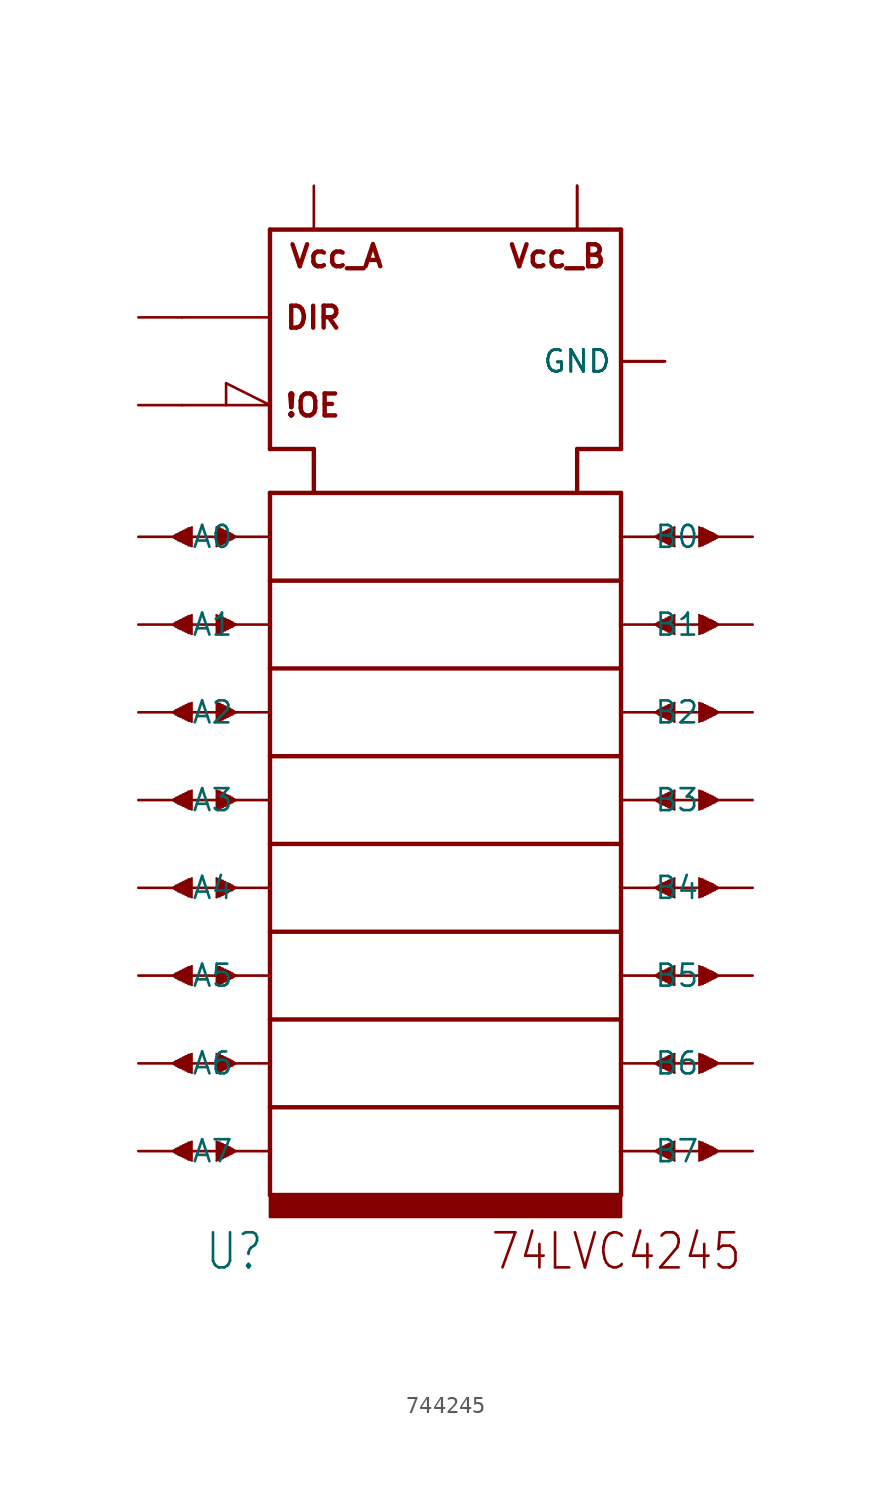
<source format=kicad_sym>
(kicad_symbol_lib
  (version 20211014)
  (generator kicad_symbol_editor)
  (symbol "744245"
    (property "Reference" "U"
      (at -13.97 -37.465 0)
      (effects (font (size 2.032 1.727)) (justify left bottom)))
    (property "ki_locked" ""
      (at 0 0 0)
      (effects (font (size 1.27 1.27))))
    (symbol "744245_1_0"
      (rectangle (start -15.697 -30.531) (end -15.596 -30.429) (stroke (width 0) (type default) (color 0 0 0 0)) (fill (type outline)))
      (rectangle (start -15.697 -25.451) (end -15.596 -25.349) (stroke (width 0) (type default) (color 0 0 0 0)) (fill (type outline)))
      (rectangle (start -15.697 -20.371) (end -15.596 -20.269) (stroke (width 0) (type default) (color 0 0 0 0)) (fill (type outline)))
      (rectangle (start -15.697 -15.291) (end -15.596 -15.189) (stroke (width 0) (type default) (color 0 0 0 0)) (fill (type outline)))
      (rectangle (start -15.697 -10.211) (end -15.596 -10.109) (stroke (width 0) (type default) (color 0 0 0 0)) (fill (type outline)))
      (rectangle (start -15.697 -5.131) (end -15.596 -5.029) (stroke (width 0) (type default) (color 0 0 0 0)) (fill (type outline)))
      (rectangle (start -15.697 -0.051) (end -15.596 0.051) (stroke (width 0) (type default) (color 0 0 0 0)) (fill (type outline)))
      (rectangle (start -15.697 5.029) (end -15.596 5.131) (stroke (width 0) (type default) (color 0 0 0 0)) (fill (type outline)))
      (rectangle (start -15.596 -30.607) (end -15.469 -30.353) (stroke (width 0) (type default) (color 0 0 0 0)) (fill (type outline)))
      (rectangle (start -15.596 -25.527) (end -15.469 -25.273) (stroke (width 0) (type default) (color 0 0 0 0)) (fill (type outline)))
      (rectangle (start -15.596 -20.447) (end -15.469 -20.193) (stroke (width 0) (type default) (color 0 0 0 0)) (fill (type outline)))
      (rectangle (start -15.596 -15.367) (end -15.469 -15.113) (stroke (width 0) (type default) (color 0 0 0 0)) (fill (type outline)))
      (rectangle (start -15.596 -10.287) (end -15.469 -10.033) (stroke (width 0) (type default) (color 0 0 0 0)) (fill (type outline)))
      (rectangle (start -15.596 -5.207) (end -15.469 -4.953) (stroke (width 0) (type default) (color 0 0 0 0)) (fill (type outline)))
      (rectangle (start -15.596 -0.127) (end -15.469 0.127) (stroke (width 0) (type default) (color 0 0 0 0)) (fill (type outline)))
      (rectangle (start -15.596 4.953) (end -15.469 5.207) (stroke (width 0) (type default) (color 0 0 0 0)) (fill (type outline)))
      (rectangle (start -15.469 -30.683) (end -15.342 -30.302) (stroke (width 0) (type default) (color 0 0 0 0)) (fill (type outline)))
      (rectangle (start -15.469 -25.603) (end -15.342 -25.222) (stroke (width 0) (type default) (color 0 0 0 0)) (fill (type outline)))
      (rectangle (start -15.469 -20.523) (end -15.342 -20.142) (stroke (width 0) (type default) (color 0 0 0 0)) (fill (type outline)))
      (rectangle (start -15.469 -15.443) (end -15.342 -15.062) (stroke (width 0) (type default) (color 0 0 0 0)) (fill (type outline)))
      (rectangle (start -15.469 -10.363) (end -15.342 -9.982) (stroke (width 0) (type default) (color 0 0 0 0)) (fill (type outline)))
      (rectangle (start -15.469 -5.283) (end -15.342 -4.902) (stroke (width 0) (type default) (color 0 0 0 0)) (fill (type outline)))
      (rectangle (start -15.469 -0.203) (end -15.342 0.178) (stroke (width 0) (type default) (color 0 0 0 0)) (fill (type outline)))
      (rectangle (start -15.469 4.877) (end -15.342 5.258) (stroke (width 0) (type default) (color 0 0 0 0)) (fill (type outline)))
      (rectangle (start -15.342 -30.734) (end -15.189 -30.226) (stroke (width 0) (type default) (color 0 0 0 0)) (fill (type outline)))
      (rectangle (start -15.342 -25.654) (end -15.189 -25.146) (stroke (width 0) (type default) (color 0 0 0 0)) (fill (type outline)))
      (rectangle (start -15.342 -20.574) (end -15.189 -20.066) (stroke (width 0) (type default) (color 0 0 0 0)) (fill (type outline)))
      (rectangle (start -15.342 -15.494) (end -15.189 -14.986) (stroke (width 0) (type default) (color 0 0 0 0)) (fill (type outline)))
      (rectangle (start -15.342 -10.414) (end -15.189 -9.906) (stroke (width 0) (type default) (color 0 0 0 0)) (fill (type outline)))
      (rectangle (start -15.342 -5.334) (end -15.189 -4.826) (stroke (width 0) (type default) (color 0 0 0 0)) (fill (type outline)))
      (rectangle (start -15.342 -0.254) (end -15.189 0.254) (stroke (width 0) (type default) (color 0 0 0 0)) (fill (type outline)))
      (rectangle (start -15.342 4.826) (end -15.189 5.334) (stroke (width 0) (type default) (color 0 0 0 0)) (fill (type outline)))
      (rectangle (start -15.189 -30.81) (end -15.037 -30.15) (stroke (width 0) (type default) (color 0 0 0 0)) (fill (type outline)))
      (rectangle (start -15.189 -25.73) (end -15.037 -25.07) (stroke (width 0) (type default) (color 0 0 0 0)) (fill (type outline)))
      (rectangle (start -15.189 -20.65) (end -15.037 -19.99) (stroke (width 0) (type default) (color 0 0 0 0)) (fill (type outline)))
      (rectangle (start -15.189 -15.57) (end -15.037 -14.91) (stroke (width 0) (type default) (color 0 0 0 0)) (fill (type outline)))
      (rectangle (start -15.189 -10.49) (end -15.037 -9.83) (stroke (width 0) (type default) (color 0 0 0 0)) (fill (type outline)))
      (rectangle (start -15.189 -5.41) (end -15.037 -4.75) (stroke (width 0) (type default) (color 0 0 0 0)) (fill (type outline)))
      (rectangle (start -15.189 -0.33) (end -15.037 0.33) (stroke (width 0) (type default) (color 0 0 0 0)) (fill (type outline)))
      (rectangle (start -15.189 4.75) (end -15.037 5.41) (stroke (width 0) (type default) (color 0 0 0 0)) (fill (type outline)))
      (rectangle (start -15.037 -30.886) (end -14.884 -30.074) (stroke (width 0) (type default) (color 0 0 0 0)) (fill (type outline)))
      (rectangle (start -15.037 -25.806) (end -14.884 -24.994) (stroke (width 0) (type default) (color 0 0 0 0)) (fill (type outline)))
      (rectangle (start -15.037 -20.726) (end -14.884 -19.914) (stroke (width 0) (type default) (color 0 0 0 0)) (fill (type outline)))
      (rectangle (start -15.037 -15.646) (end -14.884 -14.834) (stroke (width 0) (type default) (color 0 0 0 0)) (fill (type outline)))
      (rectangle (start -15.037 -10.566) (end -14.884 -9.754) (stroke (width 0) (type default) (color 0 0 0 0)) (fill (type outline)))
      (rectangle (start -15.037 -5.486) (end -14.884 -4.674) (stroke (width 0) (type default) (color 0 0 0 0)) (fill (type outline)))
      (rectangle (start -15.037 -0.406) (end -14.884 0.406) (stroke (width 0) (type default) (color 0 0 0 0)) (fill (type outline)))
      (rectangle (start -15.037 4.674) (end -14.884 5.486) (stroke (width 0) (type default) (color 0 0 0 0)) (fill (type outline)))
      (rectangle (start -14.884 -30.963) (end -14.732 -29.997) (stroke (width 0) (type default) (color 0 0 0 0)) (fill (type outline)))
      (rectangle (start -14.884 -25.883) (end -14.732 -24.917) (stroke (width 0) (type default) (color 0 0 0 0)) (fill (type outline)))
      (rectangle (start -14.884 -20.803) (end -14.732 -19.837) (stroke (width 0) (type default) (color 0 0 0 0)) (fill (type outline)))
      (rectangle (start -14.884 -15.723) (end -14.732 -14.757) (stroke (width 0) (type default) (color 0 0 0 0)) (fill (type outline)))
      (rectangle (start -14.884 -10.643) (end -14.732 -9.677) (stroke (width 0) (type default) (color 0 0 0 0)) (fill (type outline)))
      (rectangle (start -14.884 -5.563) (end -14.732 -4.597) (stroke (width 0) (type default) (color 0 0 0 0)) (fill (type outline)))
      (rectangle (start -14.884 -0.483) (end -14.732 0.483) (stroke (width 0) (type default) (color 0 0 0 0)) (fill (type outline)))
      (rectangle (start -14.884 4.597) (end -14.732 5.563) (stroke (width 0) (type default) (color 0 0 0 0)) (fill (type outline)))
      (rectangle (start -13.208 -30.963) (end -13.056 -29.997) (stroke (width 0) (type default) (color 0 0 0 0)) (fill (type outline)))
      (rectangle (start -13.208 -25.883) (end -13.056 -24.917) (stroke (width 0) (type default) (color 0 0 0 0)) (fill (type outline)))
      (rectangle (start -13.208 -20.803) (end -13.056 -19.837) (stroke (width 0) (type default) (color 0 0 0 0)) (fill (type outline)))
      (rectangle (start -13.208 -15.723) (end -13.056 -14.757) (stroke (width 0) (type default) (color 0 0 0 0)) (fill (type outline)))
      (rectangle (start -13.208 -10.643) (end -13.056 -9.677) (stroke (width 0) (type default) (color 0 0 0 0)) (fill (type outline)))
      (rectangle (start -13.208 -5.563) (end -13.056 -4.597) (stroke (width 0) (type default) (color 0 0 0 0)) (fill (type outline)))
      (rectangle (start -13.208 -0.483) (end -13.056 0.483) (stroke (width 0) (type default) (color 0 0 0 0)) (fill (type outline)))
      (rectangle (start -13.208 4.597) (end -13.056 5.563) (stroke (width 0) (type default) (color 0 0 0 0)) (fill (type outline)))
      (rectangle (start -13.056 -30.886) (end -12.903 -30.074) (stroke (width 0) (type default) (color 0 0 0 0)) (fill (type outline)))
      (rectangle (start -13.056 -25.806) (end -12.903 -24.994) (stroke (width 0) (type default) (color 0 0 0 0)) (fill (type outline)))
      (rectangle (start -13.056 -20.726) (end -12.903 -19.914) (stroke (width 0) (type default) (color 0 0 0 0)) (fill (type outline)))
      (rectangle (start -13.056 -15.646) (end -12.903 -14.834) (stroke (width 0) (type default) (color 0 0 0 0)) (fill (type outline)))
      (rectangle (start -13.056 -10.566) (end -12.903 -9.754) (stroke (width 0) (type default) (color 0 0 0 0)) (fill (type outline)))
      (rectangle (start -13.056 -5.486) (end -12.903 -4.674) (stroke (width 0) (type default) (color 0 0 0 0)) (fill (type outline)))
      (rectangle (start -13.056 -0.406) (end -12.903 0.406) (stroke (width 0) (type default) (color 0 0 0 0)) (fill (type outline)))
      (rectangle (start -13.056 4.674) (end -12.903 5.486) (stroke (width 0) (type default) (color 0 0 0 0)) (fill (type outline)))
      (rectangle (start -12.903 -30.81) (end -12.751 -30.15) (stroke (width 0) (type default) (color 0 0 0 0)) (fill (type outline)))
      (rectangle (start -12.903 -25.73) (end -12.751 -25.07) (stroke (width 0) (type default) (color 0 0 0 0)) (fill (type outline)))
      (rectangle (start -12.903 -20.65) (end -12.751 -19.99) (stroke (width 0) (type default) (color 0 0 0 0)) (fill (type outline)))
      (rectangle (start -12.903 -15.57) (end -12.751 -14.91) (stroke (width 0) (type default) (color 0 0 0 0)) (fill (type outline)))
      (rectangle (start -12.903 -10.49) (end -12.751 -9.83) (stroke (width 0) (type default) (color 0 0 0 0)) (fill (type outline)))
      (rectangle (start -12.903 -5.41) (end -12.751 -4.75) (stroke (width 0) (type default) (color 0 0 0 0)) (fill (type outline)))
      (rectangle (start -12.903 -0.33) (end -12.751 0.33) (stroke (width 0) (type default) (color 0 0 0 0)) (fill (type outline)))
      (rectangle (start -12.903 4.75) (end -12.751 5.41) (stroke (width 0) (type default) (color 0 0 0 0)) (fill (type outline)))
      (rectangle (start -12.751 -30.734) (end -12.598 -30.226) (stroke (width 0) (type default) (color 0 0 0 0)) (fill (type outline)))
      (rectangle (start -12.751 -25.654) (end -12.598 -25.146) (stroke (width 0) (type default) (color 0 0 0 0)) (fill (type outline)))
      (rectangle (start -12.751 -20.574) (end -12.598 -20.066) (stroke (width 0) (type default) (color 0 0 0 0)) (fill (type outline)))
      (rectangle (start -12.751 -15.494) (end -12.598 -14.986) (stroke (width 0) (type default) (color 0 0 0 0)) (fill (type outline)))
      (rectangle (start -12.751 -10.414) (end -12.598 -9.906) (stroke (width 0) (type default) (color 0 0 0 0)) (fill (type outline)))
      (rectangle (start -12.751 -5.334) (end -12.598 -4.826) (stroke (width 0) (type default) (color 0 0 0 0)) (fill (type outline)))
      (rectangle (start -12.751 -0.254) (end -12.598 0.254) (stroke (width 0) (type default) (color 0 0 0 0)) (fill (type outline)))
      (rectangle (start -12.751 4.826) (end -12.598 5.334) (stroke (width 0) (type default) (color 0 0 0 0)) (fill (type outline)))
      (rectangle (start -12.598 -30.658) (end -12.471 -30.277) (stroke (width 0) (type default) (color 0 0 0 0)) (fill (type outline)))
      (rectangle (start -12.598 -25.578) (end -12.471 -25.197) (stroke (width 0) (type default) (color 0 0 0 0)) (fill (type outline)))
      (rectangle (start -12.598 -20.498) (end -12.471 -20.117) (stroke (width 0) (type default) (color 0 0 0 0)) (fill (type outline)))
      (rectangle (start -12.598 -15.418) (end -12.471 -15.037) (stroke (width 0) (type default) (color 0 0 0 0)) (fill (type outline)))
      (rectangle (start -12.598 -10.338) (end -12.471 -9.957) (stroke (width 0) (type default) (color 0 0 0 0)) (fill (type outline)))
      (rectangle (start -12.598 -5.258) (end -12.471 -4.877) (stroke (width 0) (type default) (color 0 0 0 0)) (fill (type outline)))
      (rectangle (start -12.598 -0.178) (end -12.471 0.203) (stroke (width 0) (type default) (color 0 0 0 0)) (fill (type outline)))
      (rectangle (start -12.598 4.902) (end -12.471 5.283) (stroke (width 0) (type default) (color 0 0 0 0)) (fill (type outline)))
      (rectangle (start -12.471 -30.607) (end -12.344 -30.353) (stroke (width 0) (type default) (color 0 0 0 0)) (fill (type outline)))
      (rectangle (start -12.471 -25.527) (end -12.344 -25.273) (stroke (width 0) (type default) (color 0 0 0 0)) (fill (type outline)))
      (rectangle (start -12.471 -20.447) (end -12.344 -20.193) (stroke (width 0) (type default) (color 0 0 0 0)) (fill (type outline)))
      (rectangle (start -12.471 -15.367) (end -12.344 -15.113) (stroke (width 0) (type default) (color 0 0 0 0)) (fill (type outline)))
      (rectangle (start -12.471 -10.287) (end -12.344 -10.033) (stroke (width 0) (type default) (color 0 0 0 0)) (fill (type outline)))
      (rectangle (start -12.471 -5.207) (end -12.344 -4.953) (stroke (width 0) (type default) (color 0 0 0 0)) (fill (type outline)))
      (rectangle (start -12.471 -0.127) (end -12.344 0.127) (stroke (width 0) (type default) (color 0 0 0 0)) (fill (type outline)))
      (rectangle (start -12.471 4.953) (end -12.344 5.207) (stroke (width 0) (type default) (color 0 0 0 0)) (fill (type outline)))
      (rectangle (start -12.344 -30.531) (end -12.243 -30.429) (stroke (width 0) (type default) (color 0 0 0 0)) (fill (type outline)))
      (rectangle (start -12.344 -25.451) (end -12.243 -25.349) (stroke (width 0) (type default) (color 0 0 0 0)) (fill (type outline)))
      (rectangle (start -12.344 -20.371) (end -12.243 -20.269) (stroke (width 0) (type default) (color 0 0 0 0)) (fill (type outline)))
      (rectangle (start -12.344 -15.291) (end -12.243 -15.189) (stroke (width 0) (type default) (color 0 0 0 0)) (fill (type outline)))
      (rectangle (start -12.344 -10.211) (end -12.243 -10.109) (stroke (width 0) (type default) (color 0 0 0 0)) (fill (type outline)))
      (rectangle (start -12.344 -5.131) (end -12.243 -5.029) (stroke (width 0) (type default) (color 0 0 0 0)) (fill (type outline)))
      (rectangle (start -12.344 -0.051) (end -12.243 0.051) (stroke (width 0) (type default) (color 0 0 0 0)) (fill (type outline)))
      (rectangle (start -12.344 5.029) (end -12.243 5.131) (stroke (width 0) (type default) (color 0 0 0 0)) (fill (type outline)))
      (rectangle (start -10.16 -34.29) (end 10.16 -33.02) (stroke (width 0) (type default) (color 0 0 0 0)) (fill (type outline)))
      (polyline (pts (xy -15.799 -30.48) (xy -14.681 -29.921)) (stroke (width 0.102) (type default) (color 0 0 0 0)) (fill (type none)))
      (polyline (pts (xy -15.799 -25.4) (xy -14.681 -24.841)) (stroke (width 0.102) (type default) (color 0 0 0 0)) (fill (type none)))
      (polyline (pts (xy -15.799 -20.32) (xy -14.681 -19.761)) (stroke (width 0.102) (type default) (color 0 0 0 0)) (fill (type none)))
      (polyline (pts (xy -15.799 -15.24) (xy -14.681 -14.681)) (stroke (width 0.102) (type default) (color 0 0 0 0)) (fill (type none)))
      (polyline (pts (xy -15.799 -10.16) (xy -14.681 -9.601)) (stroke (width 0.102) (type default) (color 0 0 0 0)) (fill (type none)))
      (polyline (pts (xy -15.799 -5.08) (xy -14.681 -4.521)) (stroke (width 0.102) (type default) (color 0 0 0 0)) (fill (type none)))
      (polyline (pts (xy -15.799 0) (xy -14.681 0.559)) (stroke (width 0.102) (type default) (color 0 0 0 0)) (fill (type none)))
      (polyline (pts (xy -15.799 5.08) (xy -14.681 5.639)) (stroke (width 0.102) (type default) (color 0 0 0 0)) (fill (type none)))
      (polyline (pts (xy -15.24 -30.48) (xy -12.141 -30.48)) (stroke (width 0.152) (type default) (color 0 0 0 0)) (fill (type none)))
      (polyline (pts (xy -15.24 -25.4) (xy -12.141 -25.4)) (stroke (width 0.152) (type default) (color 0 0 0 0)) (fill (type none)))
      (polyline (pts (xy -15.24 -20.32) (xy -12.141 -20.32)) (stroke (width 0.152) (type default) (color 0 0 0 0)) (fill (type none)))
      (polyline (pts (xy -15.24 -15.24) (xy -12.141 -15.24)) (stroke (width 0.152) (type default) (color 0 0 0 0)) (fill (type none)))
      (polyline (pts (xy -15.24 -10.16) (xy -12.141 -10.16)) (stroke (width 0.152) (type default) (color 0 0 0 0)) (fill (type none)))
      (polyline (pts (xy -15.24 -5.08) (xy -12.141 -5.08)) (stroke (width 0.152) (type default) (color 0 0 0 0)) (fill (type none)))
      (polyline (pts (xy -15.24 0) (xy -12.141 0)) (stroke (width 0.152) (type default) (color 0 0 0 0)) (fill (type none)))
      (polyline (pts (xy -15.24 5.08) (xy -12.141 5.08)) (stroke (width 0.152) (type default) (color 0 0 0 0)) (fill (type none)))
      (polyline (pts (xy -15.24 12.7) (xy -10.16 12.7)) (stroke (width 0.152) (type default) (color 0 0 0 0)) (fill (type none)))
      (polyline (pts (xy -15.24 17.78) (xy -10.16 17.78)) (stroke (width 0.152) (type default) (color 0 0 0 0)) (fill (type none)))
      (polyline (pts (xy -14.681 -31.039) (xy -15.799 -30.48)) (stroke (width 0.102) (type default) (color 0 0 0 0)) (fill (type none)))
      (polyline (pts (xy -14.681 -29.921) (xy -14.681 -31.039)) (stroke (width 0.102) (type default) (color 0 0 0 0)) (fill (type none)))
      (polyline (pts (xy -14.681 -25.959) (xy -15.799 -25.4)) (stroke (width 0.102) (type default) (color 0 0 0 0)) (fill (type none)))
      (polyline (pts (xy -14.681 -24.841) (xy -14.681 -25.959)) (stroke (width 0.102) (type default) (color 0 0 0 0)) (fill (type none)))
      (polyline (pts (xy -14.681 -20.879) (xy -15.799 -20.32)) (stroke (width 0.102) (type default) (color 0 0 0 0)) (fill (type none)))
      (polyline (pts (xy -14.681 -19.761) (xy -14.681 -20.879)) (stroke (width 0.102) (type default) (color 0 0 0 0)) (fill (type none)))
      (polyline (pts (xy -14.681 -15.799) (xy -15.799 -15.24)) (stroke (width 0.102) (type default) (color 0 0 0 0)) (fill (type none)))
      (polyline (pts (xy -14.681 -14.681) (xy -14.681 -15.799)) (stroke (width 0.102) (type default) (color 0 0 0 0)) (fill (type none)))
      (polyline (pts (xy -14.681 -10.719) (xy -15.799 -10.16)) (stroke (width 0.102) (type default) (color 0 0 0 0)) (fill (type none)))
      (polyline (pts (xy -14.681 -9.601) (xy -14.681 -10.719)) (stroke (width 0.102) (type default) (color 0 0 0 0)) (fill (type none)))
      (polyline (pts (xy -14.681 -5.639) (xy -15.799 -5.08)) (stroke (width 0.102) (type default) (color 0 0 0 0)) (fill (type none)))
      (polyline (pts (xy -14.681 -4.521) (xy -14.681 -5.639)) (stroke (width 0.102) (type default) (color 0 0 0 0)) (fill (type none)))
      (polyline (pts (xy -14.681 -0.559) (xy -15.799 0)) (stroke (width 0.102) (type default) (color 0 0 0 0)) (fill (type none)))
      (polyline (pts (xy -14.681 0.559) (xy -14.681 -0.559)) (stroke (width 0.102) (type default) (color 0 0 0 0)) (fill (type none)))
      (polyline (pts (xy -14.681 4.521) (xy -15.799 5.08)) (stroke (width 0.102) (type default) (color 0 0 0 0)) (fill (type none)))
      (polyline (pts (xy -14.681 5.639) (xy -14.681 4.521)) (stroke (width 0.102) (type default) (color 0 0 0 0)) (fill (type none)))
      (polyline (pts (xy -13.259 -31.039) (xy -13.259 -29.921)) (stroke (width 0.102) (type default) (color 0 0 0 0)) (fill (type none)))
      (polyline (pts (xy -13.259 -29.921) (xy -12.141 -30.48)) (stroke (width 0.102) (type default) (color 0 0 0 0)) (fill (type none)))
      (polyline (pts (xy -13.259 -25.959) (xy -13.259 -24.841)) (stroke (width 0.102) (type default) (color 0 0 0 0)) (fill (type none)))
      (polyline (pts (xy -13.259 -24.841) (xy -12.141 -25.4)) (stroke (width 0.102) (type default) (color 0 0 0 0)) (fill (type none)))
      (polyline (pts (xy -13.259 -20.879) (xy -13.259 -19.761)) (stroke (width 0.102) (type default) (color 0 0 0 0)) (fill (type none)))
      (polyline (pts (xy -13.259 -19.761) (xy -12.141 -20.32)) (stroke (width 0.102) (type default) (color 0 0 0 0)) (fill (type none)))
      (polyline (pts (xy -13.259 -15.799) (xy -13.259 -14.681)) (stroke (width 0.102) (type default) (color 0 0 0 0)) (fill (type none)))
      (polyline (pts (xy -13.259 -14.681) (xy -12.141 -15.24)) (stroke (width 0.102) (type default) (color 0 0 0 0)) (fill (type none)))
      (polyline (pts (xy -13.259 -10.719) (xy -13.259 -9.601)) (stroke (width 0.102) (type default) (color 0 0 0 0)) (fill (type none)))
      (polyline (pts (xy -13.259 -9.601) (xy -12.141 -10.16)) (stroke (width 0.102) (type default) (color 0 0 0 0)) (fill (type none)))
      (polyline (pts (xy -13.259 -5.639) (xy -13.259 -4.521)) (stroke (width 0.102) (type default) (color 0 0 0 0)) (fill (type none)))
      (polyline (pts (xy -13.259 -4.521) (xy -12.141 -5.08)) (stroke (width 0.102) (type default) (color 0 0 0 0)) (fill (type none)))
      (polyline (pts (xy -13.259 -0.559) (xy -13.259 0.559)) (stroke (width 0.102) (type default) (color 0 0 0 0)) (fill (type none)))
      (polyline (pts (xy -13.259 0.559) (xy -12.141 0)) (stroke (width 0.102) (type default) (color 0 0 0 0)) (fill (type none)))
      (polyline (pts (xy -13.259 4.521) (xy -13.259 5.639)) (stroke (width 0.102) (type default) (color 0 0 0 0)) (fill (type none)))
      (polyline (pts (xy -13.259 5.639) (xy -12.141 5.08)) (stroke (width 0.102) (type default) (color 0 0 0 0)) (fill (type none)))
      (polyline (pts (xy -12.7 13.97) (xy -12.7 12.7)) (stroke (width 0.152) (type default) (color 0 0 0 0)) (fill (type none)))
      (polyline (pts (xy -12.141 -30.48) (xy -13.259 -31.039)) (stroke (width 0.102) (type default) (color 0 0 0 0)) (fill (type none)))
      (polyline (pts (xy -12.141 -30.48) (xy -10.16 -30.48)) (stroke (width 0.152) (type default) (color 0 0 0 0)) (fill (type none)))
      (polyline (pts (xy -12.141 -25.4) (xy -13.259 -25.959)) (stroke (width 0.102) (type default) (color 0 0 0 0)) (fill (type none)))
      (polyline (pts (xy -12.141 -25.4) (xy -10.16 -25.4)) (stroke (width 0.152) (type default) (color 0 0 0 0)) (fill (type none)))
      (polyline (pts (xy -12.141 -20.32) (xy -13.259 -20.879)) (stroke (width 0.102) (type default) (color 0 0 0 0)) (fill (type none)))
      (polyline (pts (xy -12.141 -20.32) (xy -10.16 -20.32)) (stroke (width 0.152) (type default) (color 0 0 0 0)) (fill (type none)))
      (polyline (pts (xy -12.141 -15.24) (xy -13.259 -15.799)) (stroke (width 0.102) (type default) (color 0 0 0 0)) (fill (type none)))
      (polyline (pts (xy -12.141 -15.24) (xy -10.16 -15.24)) (stroke (width 0.152) (type default) (color 0 0 0 0)) (fill (type none)))
      (polyline (pts (xy -12.141 -10.16) (xy -13.259 -10.719)) (stroke (width 0.102) (type default) (color 0 0 0 0)) (fill (type none)))
      (polyline (pts (xy -12.141 -10.16) (xy -10.16 -10.16)) (stroke (width 0.152) (type default) (color 0 0 0 0)) (fill (type none)))
      (polyline (pts (xy -12.141 -5.08) (xy -13.259 -5.639)) (stroke (width 0.102) (type default) (color 0 0 0 0)) (fill (type none)))
      (polyline (pts (xy -12.141 -5.08) (xy -10.16 -5.08)) (stroke (width 0.152) (type default) (color 0 0 0 0)) (fill (type none)))
      (polyline (pts (xy -12.141 0) (xy -13.259 -0.559)) (stroke (width 0.102) (type default) (color 0 0 0 0)) (fill (type none)))
      (polyline (pts (xy -12.141 0) (xy -10.16 0)) (stroke (width 0.152) (type default) (color 0 0 0 0)) (fill (type none)))
      (polyline (pts (xy -12.141 5.08) (xy -13.259 4.521)) (stroke (width 0.102) (type default) (color 0 0 0 0)) (fill (type none)))
      (polyline (pts (xy -12.141 5.08) (xy -10.16 5.08)) (stroke (width 0.152) (type default) (color 0 0 0 0)) (fill (type none)))
      (polyline (pts (xy -10.16 -33.02) (xy 10.16 -33.02)) (stroke (width 0.254) (type default) (color 0 0 0 0)) (fill (type none)))
      (polyline (pts (xy -10.16 -30.48) (xy -10.16 -33.02)) (stroke (width 0.254) (type default) (color 0 0 0 0)) (fill (type none)))
      (polyline (pts (xy -10.16 -27.94) (xy -10.16 -30.48)) (stroke (width 0.254) (type default) (color 0 0 0 0)) (fill (type none)))
      (polyline (pts (xy -10.16 -27.94) (xy 10.16 -27.94)) (stroke (width 0.254) (type default) (color 0 0 0 0)) (fill (type none)))
      (polyline (pts (xy -10.16 -25.4) (xy -10.16 -27.94)) (stroke (width 0.254) (type default) (color 0 0 0 0)) (fill (type none)))
      (polyline (pts (xy -10.16 -22.86) (xy -10.16 -25.4)) (stroke (width 0.254) (type default) (color 0 0 0 0)) (fill (type none)))
      (polyline (pts (xy -10.16 -22.86) (xy 10.16 -22.86)) (stroke (width 0.254) (type default) (color 0 0 0 0)) (fill (type none)))
      (polyline (pts (xy -10.16 -20.32) (xy -10.16 -22.86)) (stroke (width 0.254) (type default) (color 0 0 0 0)) (fill (type none)))
      (polyline (pts (xy -10.16 -17.78) (xy -10.16 -20.32)) (stroke (width 0.254) (type default) (color 0 0 0 0)) (fill (type none)))
      (polyline (pts (xy -10.16 -17.78) (xy 10.16 -17.78)) (stroke (width 0.254) (type default) (color 0 0 0 0)) (fill (type none)))
      (polyline (pts (xy -10.16 -15.24) (xy -10.16 -17.78)) (stroke (width 0.254) (type default) (color 0 0 0 0)) (fill (type none)))
      (polyline (pts (xy -10.16 -12.7) (xy -10.16 -15.24)) (stroke (width 0.254) (type default) (color 0 0 0 0)) (fill (type none)))
      (polyline (pts (xy -10.16 -12.7) (xy 10.16 -12.7)) (stroke (width 0.254) (type default) (color 0 0 0 0)) (fill (type none)))
      (polyline (pts (xy -10.16 -10.16) (xy -10.16 -12.7)) (stroke (width 0.254) (type default) (color 0 0 0 0)) (fill (type none)))
      (polyline (pts (xy -10.16 -7.62) (xy -10.16 -10.16)) (stroke (width 0.254) (type default) (color 0 0 0 0)) (fill (type none)))
      (polyline (pts (xy -10.16 -7.62) (xy 10.16 -7.62)) (stroke (width 0.254) (type default) (color 0 0 0 0)) (fill (type none)))
      (polyline (pts (xy -10.16 -5.08) (xy -10.16 -7.62)) (stroke (width 0.254) (type default) (color 0 0 0 0)) (fill (type none)))
      (polyline (pts (xy -10.16 -2.54) (xy -10.16 -5.08)) (stroke (width 0.254) (type default) (color 0 0 0 0)) (fill (type none)))
      (polyline (pts (xy -10.16 -2.54) (xy 10.16 -2.54)) (stroke (width 0.254) (type default) (color 0 0 0 0)) (fill (type none)))
      (polyline (pts (xy -10.16 0) (xy -10.16 -2.54)) (stroke (width 0.254) (type default) (color 0 0 0 0)) (fill (type none)))
      (polyline (pts (xy -10.16 2.54) (xy -10.16 0)) (stroke (width 0.254) (type default) (color 0 0 0 0)) (fill (type none)))
      (polyline (pts (xy -10.16 2.54) (xy 10.16 2.54)) (stroke (width 0.254) (type default) (color 0 0 0 0)) (fill (type none)))
      (polyline (pts (xy -10.16 7.62) (xy -10.16 2.54)) (stroke (width 0.254) (type default) (color 0 0 0 0)) (fill (type none)))
      (polyline (pts (xy -10.16 7.62) (xy 10.16 7.62)) (stroke (width 0.254) (type default) (color 0 0 0 0)) (fill (type none)))
      (polyline (pts (xy -10.16 12.7) (xy -12.7 13.97)) (stroke (width 0.152) (type default) (color 0 0 0 0)) (fill (type none)))
      (polyline (pts (xy -10.16 12.7) (xy -10.16 10.16)) (stroke (width 0.254) (type default) (color 0 0 0 0)) (fill (type none)))
      (polyline (pts (xy -10.16 17.78) (xy -10.16 12.7)) (stroke (width 0.254) (type default) (color 0 0 0 0)) (fill (type none)))
      (polyline (pts (xy -10.16 22.86) (xy -10.16 17.78)) (stroke (width 0.254) (type default) (color 0 0 0 0)) (fill (type none)))
      (polyline (pts (xy -10.16 22.86) (xy 10.16 22.86)) (stroke (width 0.254) (type default) (color 0 0 0 0)) (fill (type none)))
      (polyline (pts (xy -7.62 7.62) (xy -7.62 10.16)) (stroke (width 0.254) (type default) (color 0 0 0 0)) (fill (type none)))
      (polyline (pts (xy -7.62 10.16) (xy -10.16 10.16)) (stroke (width 0.254) (type default) (color 0 0 0 0)) (fill (type none)))
      (polyline (pts (xy 7.62 7.62) (xy 7.62 10.16)) (stroke (width 0.254) (type default) (color 0 0 0 0)) (fill (type none)))
      (polyline (pts (xy 10.16 -30.48) (xy 10.16 -33.02)) (stroke (width 0.254) (type default) (color 0 0 0 0)) (fill (type none)))
      (polyline (pts (xy 10.16 -27.94) (xy 10.16 -30.48)) (stroke (width 0.254) (type default) (color 0 0 0 0)) (fill (type none)))
      (polyline (pts (xy 10.16 -25.4) (xy 10.16 -27.94)) (stroke (width 0.254) (type default) (color 0 0 0 0)) (fill (type none)))
      (polyline (pts (xy 10.16 -22.86) (xy 10.16 -25.4)) (stroke (width 0.254) (type default) (color 0 0 0 0)) (fill (type none)))
      (polyline (pts (xy 10.16 -20.32) (xy 10.16 -22.86)) (stroke (width 0.254) (type default) (color 0 0 0 0)) (fill (type none)))
      (polyline (pts (xy 10.16 -17.78) (xy 10.16 -20.32)) (stroke (width 0.254) (type default) (color 0 0 0 0)) (fill (type none)))
      (polyline (pts (xy 10.16 -15.24) (xy 10.16 -17.78)) (stroke (width 0.254) (type default) (color 0 0 0 0)) (fill (type none)))
      (polyline (pts (xy 10.16 -12.7) (xy 10.16 -15.24)) (stroke (width 0.254) (type default) (color 0 0 0 0)) (fill (type none)))
      (polyline (pts (xy 10.16 -10.16) (xy 10.16 -12.7)) (stroke (width 0.254) (type default) (color 0 0 0 0)) (fill (type none)))
      (polyline (pts (xy 10.16 -7.62) (xy 10.16 -10.16)) (stroke (width 0.254) (type default) (color 0 0 0 0)) (fill (type none)))
      (polyline (pts (xy 10.16 -5.08) (xy 10.16 -7.62)) (stroke (width 0.254) (type default) (color 0 0 0 0)) (fill (type none)))
      (polyline (pts (xy 10.16 -2.54) (xy 10.16 -5.08)) (stroke (width 0.254) (type default) (color 0 0 0 0)) (fill (type none)))
      (polyline (pts (xy 10.16 0) (xy 10.16 -2.54)) (stroke (width 0.254) (type default) (color 0 0 0 0)) (fill (type none)))
      (polyline (pts (xy 10.16 2.54) (xy 10.16 0)) (stroke (width 0.254) (type default) (color 0 0 0 0)) (fill (type none)))
      (polyline (pts (xy 10.16 5.08) (xy 10.16 2.54)) (stroke (width 0.254) (type default) (color 0 0 0 0)) (fill (type none)))
      (polyline (pts (xy 10.16 7.62) (xy 10.16 5.08)) (stroke (width 0.254) (type default) (color 0 0 0 0)) (fill (type none)))
      (polyline (pts (xy 10.16 10.16) (xy 7.62 10.16)) (stroke (width 0.254) (type default) (color 0 0 0 0)) (fill (type none)))
      (polyline (pts (xy 10.16 22.86) (xy 10.16 10.16)) (stroke (width 0.254) (type default) (color 0 0 0 0)) (fill (type none)))
      (polyline (pts (xy 12.141 -30.48) (xy 10.16 -30.48)) (stroke (width 0.152) (type default) (color 0 0 0 0)) (fill (type none)))
      (polyline (pts (xy 12.141 -30.48) (xy 13.259 -29.921)) (stroke (width 0.102) (type default) (color 0 0 0 0)) (fill (type none)))
      (polyline (pts (xy 12.141 -25.4) (xy 10.16 -25.4)) (stroke (width 0.152) (type default) (color 0 0 0 0)) (fill (type none)))
      (polyline (pts (xy 12.141 -25.4) (xy 13.259 -24.841)) (stroke (width 0.102) (type default) (color 0 0 0 0)) (fill (type none)))
      (polyline (pts (xy 12.141 -20.32) (xy 10.16 -20.32)) (stroke (width 0.152) (type default) (color 0 0 0 0)) (fill (type none)))
      (polyline (pts (xy 12.141 -20.32) (xy 13.259 -19.761)) (stroke (width 0.102) (type default) (color 0 0 0 0)) (fill (type none)))
      (polyline (pts (xy 12.141 -15.24) (xy 10.16 -15.24)) (stroke (width 0.152) (type default) (color 0 0 0 0)) (fill (type none)))
      (polyline (pts (xy 12.141 -15.24) (xy 13.259 -14.681)) (stroke (width 0.102) (type default) (color 0 0 0 0)) (fill (type none)))
      (polyline (pts (xy 12.141 -10.16) (xy 10.16 -10.16)) (stroke (width 0.152) (type default) (color 0 0 0 0)) (fill (type none)))
      (polyline (pts (xy 12.141 -10.16) (xy 13.259 -9.601)) (stroke (width 0.102) (type default) (color 0 0 0 0)) (fill (type none)))
      (polyline (pts (xy 12.141 -5.08) (xy 10.16 -5.08)) (stroke (width 0.152) (type default) (color 0 0 0 0)) (fill (type none)))
      (polyline (pts (xy 12.141 -5.08) (xy 13.259 -4.521)) (stroke (width 0.102) (type default) (color 0 0 0 0)) (fill (type none)))
      (polyline (pts (xy 12.141 0) (xy 10.16 0)) (stroke (width 0.152) (type default) (color 0 0 0 0)) (fill (type none)))
      (polyline (pts (xy 12.141 0) (xy 13.259 0.559)) (stroke (width 0.102) (type default) (color 0 0 0 0)) (fill (type none)))
      (polyline (pts (xy 12.141 5.08) (xy 10.16 5.08)) (stroke (width 0.152) (type default) (color 0 0 0 0)) (fill (type none)))
      (polyline (pts (xy 12.141 5.08) (xy 13.259 5.639)) (stroke (width 0.102) (type default) (color 0 0 0 0)) (fill (type none)))
      (polyline (pts (xy 13.259 -31.039) (xy 12.141 -30.48)) (stroke (width 0.102) (type default) (color 0 0 0 0)) (fill (type none)))
      (polyline (pts (xy 13.259 -29.921) (xy 13.259 -31.039)) (stroke (width 0.102) (type default) (color 0 0 0 0)) (fill (type none)))
      (polyline (pts (xy 13.259 -25.959) (xy 12.141 -25.4)) (stroke (width 0.102) (type default) (color 0 0 0 0)) (fill (type none)))
      (polyline (pts (xy 13.259 -24.841) (xy 13.259 -25.959)) (stroke (width 0.102) (type default) (color 0 0 0 0)) (fill (type none)))
      (polyline (pts (xy 13.259 -20.879) (xy 12.141 -20.32)) (stroke (width 0.102) (type default) (color 0 0 0 0)) (fill (type none)))
      (polyline (pts (xy 13.259 -19.761) (xy 13.259 -20.879)) (stroke (width 0.102) (type default) (color 0 0 0 0)) (fill (type none)))
      (polyline (pts (xy 13.259 -15.799) (xy 12.141 -15.24)) (stroke (width 0.102) (type default) (color 0 0 0 0)) (fill (type none)))
      (polyline (pts (xy 13.259 -14.681) (xy 13.259 -15.799)) (stroke (width 0.102) (type default) (color 0 0 0 0)) (fill (type none)))
      (polyline (pts (xy 13.259 -10.719) (xy 12.141 -10.16)) (stroke (width 0.102) (type default) (color 0 0 0 0)) (fill (type none)))
      (polyline (pts (xy 13.259 -9.601) (xy 13.259 -10.719)) (stroke (width 0.102) (type default) (color 0 0 0 0)) (fill (type none)))
      (polyline (pts (xy 13.259 -5.639) (xy 12.141 -5.08)) (stroke (width 0.102) (type default) (color 0 0 0 0)) (fill (type none)))
      (polyline (pts (xy 13.259 -4.521) (xy 13.259 -5.639)) (stroke (width 0.102) (type default) (color 0 0 0 0)) (fill (type none)))
      (polyline (pts (xy 13.259 -0.559) (xy 12.141 0)) (stroke (width 0.102) (type default) (color 0 0 0 0)) (fill (type none)))
      (polyline (pts (xy 13.259 0.559) (xy 13.259 -0.559)) (stroke (width 0.102) (type default) (color 0 0 0 0)) (fill (type none)))
      (polyline (pts (xy 13.259 4.521) (xy 12.141 5.08)) (stroke (width 0.102) (type default) (color 0 0 0 0)) (fill (type none)))
      (polyline (pts (xy 13.259 5.639) (xy 13.259 4.521)) (stroke (width 0.102) (type default) (color 0 0 0 0)) (fill (type none)))
      (polyline (pts (xy 14.681 -31.039) (xy 14.681 -29.921)) (stroke (width 0.102) (type default) (color 0 0 0 0)) (fill (type none)))
      (polyline (pts (xy 14.681 -29.921) (xy 15.799 -30.48)) (stroke (width 0.102) (type default) (color 0 0 0 0)) (fill (type none)))
      (polyline (pts (xy 14.681 -25.959) (xy 14.681 -24.841)) (stroke (width 0.102) (type default) (color 0 0 0 0)) (fill (type none)))
      (polyline (pts (xy 14.681 -24.841) (xy 15.799 -25.4)) (stroke (width 0.102) (type default) (color 0 0 0 0)) (fill (type none)))
      (polyline (pts (xy 14.681 -20.879) (xy 14.681 -19.761)) (stroke (width 0.102) (type default) (color 0 0 0 0)) (fill (type none)))
      (polyline (pts (xy 14.681 -19.761) (xy 15.799 -20.32)) (stroke (width 0.102) (type default) (color 0 0 0 0)) (fill (type none)))
      (polyline (pts (xy 14.681 -15.799) (xy 14.681 -14.681)) (stroke (width 0.102) (type default) (color 0 0 0 0)) (fill (type none)))
      (polyline (pts (xy 14.681 -14.681) (xy 15.799 -15.24)) (stroke (width 0.102) (type default) (color 0 0 0 0)) (fill (type none)))
      (polyline (pts (xy 14.681 -10.719) (xy 14.681 -9.601)) (stroke (width 0.102) (type default) (color 0 0 0 0)) (fill (type none)))
      (polyline (pts (xy 14.681 -9.601) (xy 15.799 -10.16)) (stroke (width 0.102) (type default) (color 0 0 0 0)) (fill (type none)))
      (polyline (pts (xy 14.681 -5.639) (xy 14.681 -4.521)) (stroke (width 0.102) (type default) (color 0 0 0 0)) (fill (type none)))
      (polyline (pts (xy 14.681 -4.521) (xy 15.799 -5.08)) (stroke (width 0.102) (type default) (color 0 0 0 0)) (fill (type none)))
      (polyline (pts (xy 14.681 -0.559) (xy 14.681 0.559)) (stroke (width 0.102) (type default) (color 0 0 0 0)) (fill (type none)))
      (polyline (pts (xy 14.681 0.559) (xy 15.799 0)) (stroke (width 0.102) (type default) (color 0 0 0 0)) (fill (type none)))
      (polyline (pts (xy 14.681 4.521) (xy 14.681 5.639)) (stroke (width 0.102) (type default) (color 0 0 0 0)) (fill (type none)))
      (polyline (pts (xy 14.681 5.639) (xy 15.799 5.08)) (stroke (width 0.102) (type default) (color 0 0 0 0)) (fill (type none)))
      (polyline (pts (xy 15.24 -30.48) (xy 12.141 -30.48)) (stroke (width 0.152) (type default) (color 0 0 0 0)) (fill (type none)))
      (polyline (pts (xy 15.24 -25.4) (xy 12.141 -25.4)) (stroke (width 0.152) (type default) (color 0 0 0 0)) (fill (type none)))
      (polyline (pts (xy 15.24 -20.32) (xy 12.141 -20.32)) (stroke (width 0.152) (type default) (color 0 0 0 0)) (fill (type none)))
      (polyline (pts (xy 15.24 -15.24) (xy 12.141 -15.24)) (stroke (width 0.152) (type default) (color 0 0 0 0)) (fill (type none)))
      (polyline (pts (xy 15.24 -10.16) (xy 12.141 -10.16)) (stroke (width 0.152) (type default) (color 0 0 0 0)) (fill (type none)))
      (polyline (pts (xy 15.24 -5.08) (xy 12.141 -5.08)) (stroke (width 0.152) (type default) (color 0 0 0 0)) (fill (type none)))
      (polyline (pts (xy 15.24 0) (xy 12.141 0)) (stroke (width 0.152) (type default) (color 0 0 0 0)) (fill (type none)))
      (polyline (pts (xy 15.24 5.08) (xy 12.141 5.08)) (stroke (width 0.152) (type default) (color 0 0 0 0)) (fill (type none)))
      (polyline (pts (xy 15.799 -30.48) (xy 14.681 -31.039)) (stroke (width 0.102) (type default) (color 0 0 0 0)) (fill (type none)))
      (polyline (pts (xy 15.799 -25.4) (xy 14.681 -25.959)) (stroke (width 0.102) (type default) (color 0 0 0 0)) (fill (type none)))
      (polyline (pts (xy 15.799 -20.32) (xy 14.681 -20.879)) (stroke (width 0.102) (type default) (color 0 0 0 0)) (fill (type none)))
      (polyline (pts (xy 15.799 -15.24) (xy 14.681 -15.799)) (stroke (width 0.102) (type default) (color 0 0 0 0)) (fill (type none)))
      (polyline (pts (xy 15.799 -10.16) (xy 14.681 -10.719)) (stroke (width 0.102) (type default) (color 0 0 0 0)) (fill (type none)))
      (polyline (pts (xy 15.799 -5.08) (xy 14.681 -5.639)) (stroke (width 0.102) (type default) (color 0 0 0 0)) (fill (type none)))
      (polyline (pts (xy 15.799 0) (xy 14.681 -0.559)) (stroke (width 0.102) (type default) (color 0 0 0 0)) (fill (type none)))
      (polyline (pts (xy 15.799 5.08) (xy 14.681 4.521)) (stroke (width 0.102) (type default) (color 0 0 0 0)) (fill (type none)))
      (rectangle (start 12.243 -30.531) (end 12.344 -30.429) (stroke (width 0) (type default) (color 0 0 0 0)) (fill (type outline)))
      (rectangle (start 12.243 -25.451) (end 12.344 -25.349) (stroke (width 0) (type default) (color 0 0 0 0)) (fill (type outline)))
      (rectangle (start 12.243 -20.371) (end 12.344 -20.269) (stroke (width 0) (type default) (color 0 0 0 0)) (fill (type outline)))
      (rectangle (start 12.243 -15.291) (end 12.344 -15.189) (stroke (width 0) (type default) (color 0 0 0 0)) (fill (type outline)))
      (rectangle (start 12.243 -10.211) (end 12.344 -10.109) (stroke (width 0) (type default) (color 0 0 0 0)) (fill (type outline)))
      (rectangle (start 12.243 -5.131) (end 12.344 -5.029) (stroke (width 0) (type default) (color 0 0 0 0)) (fill (type outline)))
      (rectangle (start 12.243 -0.051) (end 12.344 0.051) (stroke (width 0) (type default) (color 0 0 0 0)) (fill (type outline)))
      (rectangle (start 12.344 -30.607) (end 12.471 -30.353) (stroke (width 0) (type default) (color 0 0 0 0)) (fill (type outline)))
      (rectangle (start 12.344 -25.527) (end 12.471 -25.273) (stroke (width 0) (type default) (color 0 0 0 0)) (fill (type outline)))
      (rectangle (start 12.344 -20.447) (end 12.471 -20.193) (stroke (width 0) (type default) (color 0 0 0 0)) (fill (type outline)))
      (rectangle (start 12.344 -15.367) (end 12.471 -15.113) (stroke (width 0) (type default) (color 0 0 0 0)) (fill (type outline)))
      (rectangle (start 12.344 -10.287) (end 12.471 -10.033) (stroke (width 0) (type default) (color 0 0 0 0)) (fill (type outline)))
      (rectangle (start 12.344 -5.207) (end 12.471 -4.953) (stroke (width 0) (type default) (color 0 0 0 0)) (fill (type outline)))
      (rectangle (start 12.344 -0.127) (end 12.471 0.127) (stroke (width 0) (type default) (color 0 0 0 0)) (fill (type outline)))
      (rectangle (start 12.344 5.131) (end 12.243 5.029) (stroke (width 0) (type default) (color 0 0 0 0)) (fill (type outline)))
      (rectangle (start 12.471 -30.683) (end 12.598 -30.302) (stroke (width 0) (type default) (color 0 0 0 0)) (fill (type outline)))
      (rectangle (start 12.471 -25.603) (end 12.598 -25.222) (stroke (width 0) (type default) (color 0 0 0 0)) (fill (type outline)))
      (rectangle (start 12.471 -20.523) (end 12.598 -20.142) (stroke (width 0) (type default) (color 0 0 0 0)) (fill (type outline)))
      (rectangle (start 12.471 -15.443) (end 12.598 -15.062) (stroke (width 0) (type default) (color 0 0 0 0)) (fill (type outline)))
      (rectangle (start 12.471 -10.363) (end 12.598 -9.982) (stroke (width 0) (type default) (color 0 0 0 0)) (fill (type outline)))
      (rectangle (start 12.471 -5.283) (end 12.598 -4.902) (stroke (width 0) (type default) (color 0 0 0 0)) (fill (type outline)))
      (rectangle (start 12.471 -0.203) (end 12.598 0.178) (stroke (width 0) (type default) (color 0 0 0 0)) (fill (type outline)))
      (rectangle (start 12.471 5.207) (end 12.344 4.953) (stroke (width 0) (type default) (color 0 0 0 0)) (fill (type outline)))
      (rectangle (start 12.598 -30.734) (end 12.751 -30.226) (stroke (width 0) (type default) (color 0 0 0 0)) (fill (type outline)))
      (rectangle (start 12.598 -25.654) (end 12.751 -25.146) (stroke (width 0) (type default) (color 0 0 0 0)) (fill (type outline)))
      (rectangle (start 12.598 -20.574) (end 12.751 -20.066) (stroke (width 0) (type default) (color 0 0 0 0)) (fill (type outline)))
      (rectangle (start 12.598 -15.494) (end 12.751 -14.986) (stroke (width 0) (type default) (color 0 0 0 0)) (fill (type outline)))
      (rectangle (start 12.598 -10.414) (end 12.751 -9.906) (stroke (width 0) (type default) (color 0 0 0 0)) (fill (type outline)))
      (rectangle (start 12.598 -5.334) (end 12.751 -4.826) (stroke (width 0) (type default) (color 0 0 0 0)) (fill (type outline)))
      (rectangle (start 12.598 -0.254) (end 12.751 0.254) (stroke (width 0) (type default) (color 0 0 0 0)) (fill (type outline)))
      (rectangle (start 12.598 5.258) (end 12.471 4.877) (stroke (width 0) (type default) (color 0 0 0 0)) (fill (type outline)))
      (rectangle (start 12.751 -30.81) (end 12.903 -30.15) (stroke (width 0) (type default) (color 0 0 0 0)) (fill (type outline)))
      (rectangle (start 12.751 -25.73) (end 12.903 -25.07) (stroke (width 0) (type default) (color 0 0 0 0)) (fill (type outline)))
      (rectangle (start 12.751 -20.65) (end 12.903 -19.99) (stroke (width 0) (type default) (color 0 0 0 0)) (fill (type outline)))
      (rectangle (start 12.751 -15.57) (end 12.903 -14.91) (stroke (width 0) (type default) (color 0 0 0 0)) (fill (type outline)))
      (rectangle (start 12.751 -10.49) (end 12.903 -9.83) (stroke (width 0) (type default) (color 0 0 0 0)) (fill (type outline)))
      (rectangle (start 12.751 -5.41) (end 12.903 -4.75) (stroke (width 0) (type default) (color 0 0 0 0)) (fill (type outline)))
      (rectangle (start 12.751 -0.33) (end 12.903 0.33) (stroke (width 0) (type default) (color 0 0 0 0)) (fill (type outline)))
      (rectangle (start 12.751 5.334) (end 12.598 4.826) (stroke (width 0) (type default) (color 0 0 0 0)) (fill (type outline)))
      (rectangle (start 12.903 -30.886) (end 13.056 -30.074) (stroke (width 0) (type default) (color 0 0 0 0)) (fill (type outline)))
      (rectangle (start 12.903 -25.806) (end 13.056 -24.994) (stroke (width 0) (type default) (color 0 0 0 0)) (fill (type outline)))
      (rectangle (start 12.903 -20.726) (end 13.056 -19.914) (stroke (width 0) (type default) (color 0 0 0 0)) (fill (type outline)))
      (rectangle (start 12.903 -15.646) (end 13.056 -14.834) (stroke (width 0) (type default) (color 0 0 0 0)) (fill (type outline)))
      (rectangle (start 12.903 -10.566) (end 13.056 -9.754) (stroke (width 0) (type default) (color 0 0 0 0)) (fill (type outline)))
      (rectangle (start 12.903 -5.486) (end 13.056 -4.674) (stroke (width 0) (type default) (color 0 0 0 0)) (fill (type outline)))
      (rectangle (start 12.903 -0.406) (end 13.056 0.406) (stroke (width 0) (type default) (color 0 0 0 0)) (fill (type outline)))
      (rectangle (start 12.903 5.41) (end 12.751 4.75) (stroke (width 0) (type default) (color 0 0 0 0)) (fill (type outline)))
      (rectangle (start 13.056 -30.963) (end 13.208 -29.997) (stroke (width 0) (type default) (color 0 0 0 0)) (fill (type outline)))
      (rectangle (start 13.056 -25.883) (end 13.208 -24.917) (stroke (width 0) (type default) (color 0 0 0 0)) (fill (type outline)))
      (rectangle (start 13.056 -20.803) (end 13.208 -19.837) (stroke (width 0) (type default) (color 0 0 0 0)) (fill (type outline)))
      (rectangle (start 13.056 -15.723) (end 13.208 -14.757) (stroke (width 0) (type default) (color 0 0 0 0)) (fill (type outline)))
      (rectangle (start 13.056 -10.643) (end 13.208 -9.677) (stroke (width 0) (type default) (color 0 0 0 0)) (fill (type outline)))
      (rectangle (start 13.056 -5.563) (end 13.208 -4.597) (stroke (width 0) (type default) (color 0 0 0 0)) (fill (type outline)))
      (rectangle (start 13.056 -0.483) (end 13.208 0.483) (stroke (width 0) (type default) (color 0 0 0 0)) (fill (type outline)))
      (rectangle (start 13.056 5.486) (end 12.903 4.674) (stroke (width 0) (type default) (color 0 0 0 0)) (fill (type outline)))
      (rectangle (start 13.208 5.563) (end 13.056 4.597) (stroke (width 0) (type default) (color 0 0 0 0)) (fill (type outline)))
      (rectangle (start 14.732 -30.963) (end 14.884 -29.997) (stroke (width 0) (type default) (color 0 0 0 0)) (fill (type outline)))
      (rectangle (start 14.732 -25.883) (end 14.884 -24.917) (stroke (width 0) (type default) (color 0 0 0 0)) (fill (type outline)))
      (rectangle (start 14.732 -20.803) (end 14.884 -19.837) (stroke (width 0) (type default) (color 0 0 0 0)) (fill (type outline)))
      (rectangle (start 14.732 -15.723) (end 14.884 -14.757) (stroke (width 0) (type default) (color 0 0 0 0)) (fill (type outline)))
      (rectangle (start 14.732 -10.643) (end 14.884 -9.677) (stroke (width 0) (type default) (color 0 0 0 0)) (fill (type outline)))
      (rectangle (start 14.732 -5.563) (end 14.884 -4.597) (stroke (width 0) (type default) (color 0 0 0 0)) (fill (type outline)))
      (rectangle (start 14.732 -0.483) (end 14.884 0.483) (stroke (width 0) (type default) (color 0 0 0 0)) (fill (type outline)))
      (rectangle (start 14.884 -30.886) (end 15.037 -30.074) (stroke (width 0) (type default) (color 0 0 0 0)) (fill (type outline)))
      (rectangle (start 14.884 -25.806) (end 15.037 -24.994) (stroke (width 0) (type default) (color 0 0 0 0)) (fill (type outline)))
      (rectangle (start 14.884 -20.726) (end 15.037 -19.914) (stroke (width 0) (type default) (color 0 0 0 0)) (fill (type outline)))
      (rectangle (start 14.884 -15.646) (end 15.037 -14.834) (stroke (width 0) (type default) (color 0 0 0 0)) (fill (type outline)))
      (rectangle (start 14.884 -10.566) (end 15.037 -9.754) (stroke (width 0) (type default) (color 0 0 0 0)) (fill (type outline)))
      (rectangle (start 14.884 -5.486) (end 15.037 -4.674) (stroke (width 0) (type default) (color 0 0 0 0)) (fill (type outline)))
      (rectangle (start 14.884 -0.406) (end 15.037 0.406) (stroke (width 0) (type default) (color 0 0 0 0)) (fill (type outline)))
      (rectangle (start 14.884 5.563) (end 14.732 4.597) (stroke (width 0) (type default) (color 0 0 0 0)) (fill (type outline)))
      (rectangle (start 15.037 -30.81) (end 15.189 -30.15) (stroke (width 0) (type default) (color 0 0 0 0)) (fill (type outline)))
      (rectangle (start 15.037 -25.73) (end 15.189 -25.07) (stroke (width 0) (type default) (color 0 0 0 0)) (fill (type outline)))
      (rectangle (start 15.037 -20.65) (end 15.189 -19.99) (stroke (width 0) (type default) (color 0 0 0 0)) (fill (type outline)))
      (rectangle (start 15.037 -15.57) (end 15.189 -14.91) (stroke (width 0) (type default) (color 0 0 0 0)) (fill (type outline)))
      (rectangle (start 15.037 -10.49) (end 15.189 -9.83) (stroke (width 0) (type default) (color 0 0 0 0)) (fill (type outline)))
      (rectangle (start 15.037 -5.41) (end 15.189 -4.75) (stroke (width 0) (type default) (color 0 0 0 0)) (fill (type outline)))
      (rectangle (start 15.037 -0.33) (end 15.189 0.33) (stroke (width 0) (type default) (color 0 0 0 0)) (fill (type outline)))
      (rectangle (start 15.037 5.486) (end 14.884 4.674) (stroke (width 0) (type default) (color 0 0 0 0)) (fill (type outline)))
      (rectangle (start 15.189 -30.734) (end 15.342 -30.226) (stroke (width 0) (type default) (color 0 0 0 0)) (fill (type outline)))
      (rectangle (start 15.189 -25.654) (end 15.342 -25.146) (stroke (width 0) (type default) (color 0 0 0 0)) (fill (type outline)))
      (rectangle (start 15.189 -20.574) (end 15.342 -20.066) (stroke (width 0) (type default) (color 0 0 0 0)) (fill (type outline)))
      (rectangle (start 15.189 -15.494) (end 15.342 -14.986) (stroke (width 0) (type default) (color 0 0 0 0)) (fill (type outline)))
      (rectangle (start 15.189 -10.414) (end 15.342 -9.906) (stroke (width 0) (type default) (color 0 0 0 0)) (fill (type outline)))
      (rectangle (start 15.189 -5.334) (end 15.342 -4.826) (stroke (width 0) (type default) (color 0 0 0 0)) (fill (type outline)))
      (rectangle (start 15.189 -0.254) (end 15.342 0.254) (stroke (width 0) (type default) (color 0 0 0 0)) (fill (type outline)))
      (rectangle (start 15.189 5.41) (end 15.037 4.75) (stroke (width 0) (type default) (color 0 0 0 0)) (fill (type outline)))
      (rectangle (start 15.342 -30.658) (end 15.469 -30.277) (stroke (width 0) (type default) (color 0 0 0 0)) (fill (type outline)))
      (rectangle (start 15.342 -25.578) (end 15.469 -25.197) (stroke (width 0) (type default) (color 0 0 0 0)) (fill (type outline)))
      (rectangle (start 15.342 -20.498) (end 15.469 -20.117) (stroke (width 0) (type default) (color 0 0 0 0)) (fill (type outline)))
      (rectangle (start 15.342 -15.418) (end 15.469 -15.037) (stroke (width 0) (type default) (color 0 0 0 0)) (fill (type outline)))
      (rectangle (start 15.342 -10.338) (end 15.469 -9.957) (stroke (width 0) (type default) (color 0 0 0 0)) (fill (type outline)))
      (rectangle (start 15.342 -5.258) (end 15.469 -4.877) (stroke (width 0) (type default) (color 0 0 0 0)) (fill (type outline)))
      (rectangle (start 15.342 -0.178) (end 15.469 0.203) (stroke (width 0) (type default) (color 0 0 0 0)) (fill (type outline)))
      (rectangle (start 15.342 5.334) (end 15.189 4.826) (stroke (width 0) (type default) (color 0 0 0 0)) (fill (type outline)))
      (rectangle (start 15.469 -30.607) (end 15.596 -30.353) (stroke (width 0) (type default) (color 0 0 0 0)) (fill (type outline)))
      (rectangle (start 15.469 -25.527) (end 15.596 -25.273) (stroke (width 0) (type default) (color 0 0 0 0)) (fill (type outline)))
      (rectangle (start 15.469 -20.447) (end 15.596 -20.193) (stroke (width 0) (type default) (color 0 0 0 0)) (fill (type outline)))
      (rectangle (start 15.469 -15.367) (end 15.596 -15.113) (stroke (width 0) (type default) (color 0 0 0 0)) (fill (type outline)))
      (rectangle (start 15.469 -10.287) (end 15.596 -10.033) (stroke (width 0) (type default) (color 0 0 0 0)) (fill (type outline)))
      (rectangle (start 15.469 -5.207) (end 15.596 -4.953) (stroke (width 0) (type default) (color 0 0 0 0)) (fill (type outline)))
      (rectangle (start 15.469 -0.127) (end 15.596 0.127) (stroke (width 0) (type default) (color 0 0 0 0)) (fill (type outline)))
      (rectangle (start 15.469 5.283) (end 15.342 4.902) (stroke (width 0) (type default) (color 0 0 0 0)) (fill (type outline)))
      (rectangle (start 15.596 -30.531) (end 15.697 -30.429) (stroke (width 0) (type default) (color 0 0 0 0)) (fill (type outline)))
      (rectangle (start 15.596 -25.451) (end 15.697 -25.349) (stroke (width 0) (type default) (color 0 0 0 0)) (fill (type outline)))
      (rectangle (start 15.596 -20.371) (end 15.697 -20.269) (stroke (width 0) (type default) (color 0 0 0 0)) (fill (type outline)))
      (rectangle (start 15.596 -15.291) (end 15.697 -15.189) (stroke (width 0) (type default) (color 0 0 0 0)) (fill (type outline)))
      (rectangle (start 15.596 -10.211) (end 15.697 -10.109) (stroke (width 0) (type default) (color 0 0 0 0)) (fill (type outline)))
      (rectangle (start 15.596 -5.131) (end 15.697 -5.029) (stroke (width 0) (type default) (color 0 0 0 0)) (fill (type outline)))
      (rectangle (start 15.596 -0.051) (end 15.697 0.051) (stroke (width 0) (type default) (color 0 0 0 0)) (fill (type outline)))
      (rectangle (start 15.596 5.207) (end 15.469 4.953) (stroke (width 0) (type default) (color 0 0 0 0)) (fill (type outline)))
      (rectangle (start 15.697 5.131) (end 15.596 5.029) (stroke (width 0) (type default) (color 0 0 0 0)) (fill (type outline)))
      (text "!OE" (at -9.398 11.938 0) (effects (font (size 1.27 1.27) (thickness 0.254) bold) (justify left bottom)))
      (text "74LVC4245" (at 2.54 -37.465 0) (effects (font (size 2.032 1.727)) (justify left bottom)))
      (text "DIR" (at -9.398 17.018 0) (effects (font (size 1.27 1.27) (thickness 0.254) bold) (justify left bottom)))
      (text "Vcc_A" (at -9.144 20.574 0) (effects (font (size 1.27 1.27) (thickness 0.254) bold) (justify left bottom)))
      (text "Vcc_B" (at 3.556 20.574 0) (effects (font (size 1.27 1.27) (thickness 0.254) bold) (justify left bottom)))
      (pin input line (at -7.62 25.4 270) (length 2.54) (name "VCC_A" (effects (font (size 0 0)))) (number "1" (effects (font (size 0 0)))))
      (pin bidirectional line (at -17.78 -30.48 0) (length 2.54) (name "A7" (effects (font (size 1.27 1.27)))) (number "10" (effects (font (size 0 0)))))
      (pin bidirectional line (at 12.7 15.24 180) (length 2.54) (name "GND" (effects (font (size 1.27 1.27)))) (number "11" (effects (font (size 0 0)))))
      (pin bidirectional line (at 12.7 15.24 180) (length 2.54) (name "GND" (effects (font (size 1.27 1.27)))) (number "12" (effects (font (size 0 0)))))
      (pin bidirectional line (at 12.7 15.24 180) (length 2.54) (name "GND" (effects (font (size 1.27 1.27)))) (number "13" (effects (font (size 0 0)))))
      (pin bidirectional line (at 17.78 -30.48 180) (length 2.54) (name "B7" (effects (font (size 1.27 1.27)))) (number "14" (effects (font (size 0 0)))))
      (pin bidirectional line (at 17.78 -25.4 180) (length 2.54) (name "B6" (effects (font (size 1.27 1.27)))) (number "15" (effects (font (size 0 0)))))
      (pin bidirectional line (at 17.78 -20.32 180) (length 2.54) (name "B5" (effects (font (size 1.27 1.27)))) (number "16" (effects (font (size 0 0)))))
      (pin bidirectional line (at 17.78 -15.24 180) (length 2.54) (name "B4" (effects (font (size 1.27 1.27)))) (number "17" (effects (font (size 0 0)))))
      (pin bidirectional line (at 17.78 -10.16 180) (length 2.54) (name "B3" (effects (font (size 1.27 1.27)))) (number "18" (effects (font (size 0 0)))))
      (pin bidirectional line (at 17.78 -5.08 180) (length 2.54) (name "B2" (effects (font (size 1.27 1.27)))) (number "19" (effects (font (size 0 0)))))
      (pin input line (at -17.78 17.78 0) (length 2.54) (name "DIR" (effects (font (size 0 0)))) (number "2" (effects (font (size 0 0)))))
      (pin bidirectional line (at 17.78 0 180) (length 2.54) (name "B1" (effects (font (size 1.27 1.27)))) (number "20" (effects (font (size 0 0)))))
      (pin bidirectional line (at 17.78 5.08 180) (length 2.54) (name "B0" (effects (font (size 1.27 1.27)))) (number "21" (effects (font (size 0 0)))))
      (pin input line (at -17.78 12.7 0) (length 2.54) (name "OE" (effects (font (size 0 0)))) (number "22" (effects (font (size 0 0)))))
      (pin input line (at 7.62 25.4 270) (length 2.54) (name "VCC_B" (effects (font (size 0 0)))) (number "23" (effects (font (size 0 0)))))
      (pin input line (at 7.62 25.4 270) (length 2.54) (name "VCC_B" (effects (font (size 0 0)))) (number "24" (effects (font (size 0 0)))))
      (pin bidirectional line (at -17.78 5.08 0) (length 2.54) (name "A0" (effects (font (size 1.27 1.27)))) (number "3" (effects (font (size 0 0)))))
      (pin bidirectional line (at -17.78 0 0) (length 2.54) (name "A1" (effects (font (size 1.27 1.27)))) (number "4" (effects (font (size 0 0)))))
      (pin bidirectional line (at -17.78 -5.08 0) (length 2.54) (name "A2" (effects (font (size 1.27 1.27)))) (number "5" (effects (font (size 0 0)))))
      (pin bidirectional line (at -17.78 -10.16 0) (length 2.54) (name "A3" (effects (font (size 1.27 1.27)))) (number "6" (effects (font (size 0 0)))))
      (pin bidirectional line (at -17.78 -15.24 0) (length 2.54) (name "A4" (effects (font (size 1.27 1.27)))) (number "7" (effects (font (size 0 0)))))
      (pin bidirectional line (at -17.78 -20.32 0) (length 2.54) (name "A5" (effects (font (size 1.27 1.27)))) (number "8" (effects (font (size 0 0)))))
      (pin bidirectional line (at -17.78 -25.4 0) (length 2.54) (name "A6" (effects (font (size 1.27 1.27)))) (number "9" (effects (font (size 0 0))))))))
</source>
